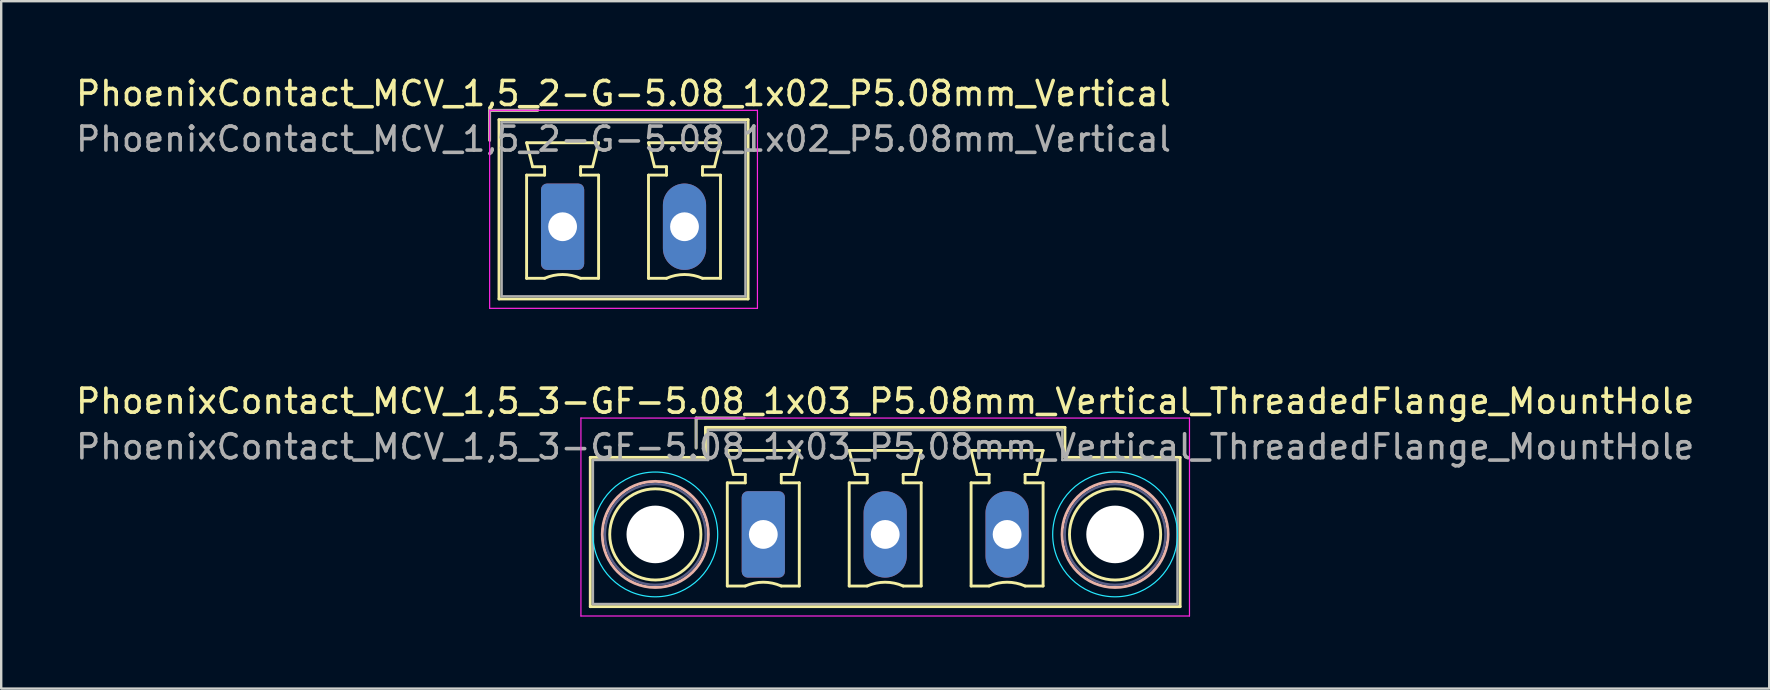
<source format=kicad_pcb>
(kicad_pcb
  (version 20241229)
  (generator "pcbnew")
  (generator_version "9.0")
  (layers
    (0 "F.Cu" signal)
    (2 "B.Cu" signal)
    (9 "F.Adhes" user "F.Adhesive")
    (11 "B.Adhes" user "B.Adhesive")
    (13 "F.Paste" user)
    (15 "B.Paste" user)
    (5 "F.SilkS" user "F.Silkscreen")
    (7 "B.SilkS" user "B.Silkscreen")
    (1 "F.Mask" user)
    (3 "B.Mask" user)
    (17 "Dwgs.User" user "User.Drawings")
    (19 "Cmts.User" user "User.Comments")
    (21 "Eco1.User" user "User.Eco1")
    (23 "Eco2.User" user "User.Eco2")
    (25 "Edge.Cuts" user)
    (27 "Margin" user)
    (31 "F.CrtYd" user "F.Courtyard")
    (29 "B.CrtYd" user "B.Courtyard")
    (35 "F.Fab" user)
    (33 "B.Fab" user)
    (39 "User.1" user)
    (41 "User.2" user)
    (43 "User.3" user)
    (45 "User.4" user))
  (footprint "PhoenixContact_MCV_1,5_2-G-5.08_1x02_P5.08mm_Vertical"
    (layer "F.Cu")
    (at 20.395 6.398)
    (property "Reference" "PhoenixContact_MCV_1,5_2-G-5.08_1x02_P5.08mm_Vertical" (at 2.54 -5.55 0) (layer "F.SilkS") (effects (font (size 1 1) (thickness 0.15))))
    (attr through_hole)
    (fp_line (start -3.04 -4.85) (end -1.04 -4.85) (stroke (width 0.12) (type solid)) (layer "F.SilkS"))
    (fp_line (start -3.04 -3.6) (end -3.04 -4.85) (stroke (width 0.12) (type solid)) (layer "F.SilkS"))
    (fp_line (start -2.65 -4.46) (end -2.65 3.01) (stroke (width 0.12) (type solid)) (layer "F.SilkS"))
    (fp_line (start -2.65 3.01) (end 7.73 3.01) (stroke (width 0.12) (type solid)) (layer "F.SilkS"))
    (fp_line (start -1.5 -3.5) (end 1.5 -3.5) (stroke (width 0.12) (type solid)) (layer "F.SilkS"))
    (fp_line (start -1.5 -2.15) (end -0.75 -2.15) (stroke (width 0.12) (type solid)) (layer "F.SilkS"))
    (fp_line (start -1.5 2.15) (end -1.5 -2.15) (stroke (width 0.12) (type solid)) (layer "F.SilkS"))
    (fp_line (start -1.25 -2.5) (end -1.5 -3.5) (stroke (width 0.12) (type solid)) (layer "F.SilkS"))
    (fp_line (start -0.75 -2.5) (end -1.25 -2.5) (stroke (width 0.12) (type solid)) (layer "F.SilkS"))
    (fp_line (start -0.75 -2.15) (end -0.75 -2.5) (stroke (width 0.12) (type solid)) (layer "F.SilkS"))
    (fp_line (start -0.75 2.15) (end -1.5 2.15) (stroke (width 0.12) (type solid)) (layer "F.SilkS"))
    (fp_line (start 0.75 -2.5) (end 0.75 -2.15) (stroke (width 0.12) (type solid)) (layer "F.SilkS"))
    (fp_line (start 0.75 -2.15) (end 1.5 -2.15) (stroke (width 0.12) (type solid)) (layer "F.SilkS"))
    (fp_line (start 1.25 -2.5) (end 0.75 -2.5) (stroke (width 0.12) (type solid)) (layer "F.SilkS"))
    (fp_line (start 1.5 -3.5) (end 1.25 -2.5) (stroke (width 0.12) (type solid)) (layer "F.SilkS"))
    (fp_line (start 1.5 -2.15) (end 1.5 2.15) (stroke (width 0.12) (type solid)) (layer "F.SilkS"))
    (fp_line (start 1.5 2.15) (end 0.75 2.15) (stroke (width 0.12) (type solid)) (layer "F.SilkS"))
    (fp_line (start 3.58 -3.5) (end 6.58 -3.5) (stroke (width 0.12) (type solid)) (layer "F.SilkS"))
    (fp_line (start 3.58 -2.15) (end 4.33 -2.15) (stroke (width 0.12) (type solid)) (layer "F.SilkS"))
    (fp_line (start 3.58 2.15) (end 3.58 -2.15) (stroke (width 0.12) (type solid)) (layer "F.SilkS"))
    (fp_line (start 3.83 -2.5) (end 3.58 -3.5) (stroke (width 0.12) (type solid)) (layer "F.SilkS"))
    (fp_line (start 4.33 -2.5) (end 3.83 -2.5) (stroke (width 0.12) (type solid)) (layer "F.SilkS"))
    (fp_line (start 4.33 -2.15) (end 4.33 -2.5) (stroke (width 0.12) (type solid)) (layer "F.SilkS"))
    (fp_line (start 4.33 2.15) (end 3.58 2.15) (stroke (width 0.12) (type solid)) (layer "F.SilkS"))
    (fp_line (start 5.83 -2.5) (end 5.83 -2.15) (stroke (width 0.12) (type solid)) (layer "F.SilkS"))
    (fp_line (start 5.83 -2.15) (end 6.58 -2.15) (stroke (width 0.12) (type solid)) (layer "F.SilkS"))
    (fp_line (start 6.33 -2.5) (end 5.83 -2.5) (stroke (width 0.12) (type solid)) (layer "F.SilkS"))
    (fp_line (start 6.58 -3.5) (end 6.33 -2.5) (stroke (width 0.12) (type solid)) (layer "F.SilkS"))
    (fp_line (start 6.58 -2.15) (end 6.58 2.15) (stroke (width 0.12) (type solid)) (layer "F.SilkS"))
    (fp_line (start 6.58 2.15) (end 5.83 2.15) (stroke (width 0.12) (type solid)) (layer "F.SilkS"))
    (fp_line (start 7.73 -4.46) (end -2.65 -4.46) (stroke (width 0.12) (type solid)) (layer "F.SilkS"))
    (fp_line (start 7.73 3.01) (end 7.73 -4.46) (stroke (width 0.12) (type solid)) (layer "F.SilkS"))
    (fp_arc (start -0.75 2.15) (mid -0.000193 1.99191) (end 0.749647 2.149844) (stroke (width 0.12) (type solid)) (layer "F.SilkS"))
    (fp_arc (start 4.33 2.15) (mid 5.079807 1.99191) (end 5.829647 2.149844) (stroke (width 0.12) (type solid)) (layer "F.SilkS"))
    (fp_line (start -3.04 -4.85) (end -3.04 3.4) (stroke (width 0.05) (type solid)) (layer "F.CrtYd"))
    (fp_line (start -3.04 3.4) (end 8.12 3.4) (stroke (width 0.05) (type solid)) (layer "F.CrtYd"))
    (fp_line (start 8.12 -4.85) (end -3.04 -4.85) (stroke (width 0.05) (type solid)) (layer "F.CrtYd"))
    (fp_line (start 8.12 3.4) (end 8.12 -4.85) (stroke (width 0.05) (type solid)) (layer "F.CrtYd"))
    (fp_line (start -3.04 -4.85) (end -1.04 -4.85) (stroke (width 0.1) (type solid)) (layer "F.Fab"))
    (fp_line (start -3.04 -3.6) (end -3.04 -4.85) (stroke (width 0.1) (type solid)) (layer "F.Fab"))
    (fp_line (start -2.54 -4.35) (end -2.54 2.9) (stroke (width 0.1) (type solid)) (layer "F.Fab"))
    (fp_line (start -2.54 2.9) (end 7.62 2.9) (stroke (width 0.1) (type solid)) (layer "F.Fab"))
    (fp_line (start 7.62 -4.35) (end -2.54 -4.35) (stroke (width 0.1) (type solid)) (layer "F.Fab"))
    (fp_line (start 7.62 2.9) (end 7.62 -4.35) (stroke (width 0.1) (type solid)) (layer "F.Fab"))
    (fp_text user "${REFERENCE}" (at 2.54 -3.65 0) (layer "F.Fab") (effects (font (size 1 1) (thickness 0.15))))
    (pad "1" thru_hole roundrect (at 0 0) (size 1.8 3.6) (drill 1.2) (layers "*.Cu" "*.Mask") (roundrect_rratio 0.139))
    (pad "2" thru_hole oval (at 5.08 0) (size 1.8 3.6) (drill 1.2) (layers "*.Cu" "*.Mask")))
  (footprint "PhoenixContact_MCV_1,5_3-GF-5.08_1x03_P5.08mm_Vertical_ThreadedFlange_MountHole"
    (layer "F.Cu")
    (at 28.759 19.221)
    (property "Reference" "PhoenixContact_MCV_1,5_3-GF-5.08_1x03_P5.08mm_Vertical_ThreadedFlange_MountHole" (at 5.08 -5.55 0) (layer "F.SilkS") (effects (font (size 1 1) (thickness 0.15))))
    (attr through_hole)
    (fp_line (start -7.21 -3.21) (end -7.21 3.01) (stroke (width 0.12) (type solid)) (layer "F.SilkS"))
    (fp_line (start -7.21 3.01) (end 17.37 3.01) (stroke (width 0.12) (type solid)) (layer "F.SilkS"))
    (fp_line (start -2.8 -4.85) (end -0.8 -4.85) (stroke (width 0.12) (type solid)) (layer "F.SilkS"))
    (fp_line (start -2.8 -3.6) (end -2.8 -4.85) (stroke (width 0.12) (type solid)) (layer "F.SilkS"))
    (fp_line (start -2.41 -4.46) (end -2.41 -3.21) (stroke (width 0.12) (type solid)) (layer "F.SilkS"))
    (fp_line (start -2.41 -3.21) (end -7.21 -3.21) (stroke (width 0.12) (type solid)) (layer "F.SilkS"))
    (fp_line (start -1.5 -3.5) (end 1.5 -3.5) (stroke (width 0.12) (type solid)) (layer "F.SilkS"))
    (fp_line (start -1.5 -2.15) (end -0.75 -2.15) (stroke (width 0.12) (type solid)) (layer "F.SilkS"))
    (fp_line (start -1.5 2.15) (end -1.5 -2.15) (stroke (width 0.12) (type solid)) (layer "F.SilkS"))
    (fp_line (start -1.25 -2.5) (end -1.5 -3.5) (stroke (width 0.12) (type solid)) (layer "F.SilkS"))
    (fp_line (start -0.75 -2.5) (end -1.25 -2.5) (stroke (width 0.12) (type solid)) (layer "F.SilkS"))
    (fp_line (start -0.75 -2.15) (end -0.75 -2.5) (stroke (width 0.12) (type solid)) (layer "F.SilkS"))
    (fp_line (start -0.75 2.15) (end -1.5 2.15) (stroke (width 0.12) (type solid)) (layer "F.SilkS"))
    (fp_line (start 0.75 -2.5) (end 0.75 -2.15) (stroke (width 0.12) (type solid)) (layer "F.SilkS"))
    (fp_line (start 0.75 -2.15) (end 1.5 -2.15) (stroke (width 0.12) (type solid)) (layer "F.SilkS"))
    (fp_line (start 1.25 -2.5) (end 0.75 -2.5) (stroke (width 0.12) (type solid)) (layer "F.SilkS"))
    (fp_line (start 1.5 -3.5) (end 1.25 -2.5) (stroke (width 0.12) (type solid)) (layer "F.SilkS"))
    (fp_line (start 1.5 -2.15) (end 1.5 2.15) (stroke (width 0.12) (type solid)) (layer "F.SilkS"))
    (fp_line (start 1.5 2.15) (end 0.75 2.15) (stroke (width 0.12) (type solid)) (layer "F.SilkS"))
    (fp_line (start 3.58 -3.5) (end 6.58 -3.5) (stroke (width 0.12) (type solid)) (layer "F.SilkS"))
    (fp_line (start 3.58 -2.15) (end 4.33 -2.15) (stroke (width 0.12) (type solid)) (layer "F.SilkS"))
    (fp_line (start 3.58 2.15) (end 3.58 -2.15) (stroke (width 0.12) (type solid)) (layer "F.SilkS"))
    (fp_line (start 3.83 -2.5) (end 3.58 -3.5) (stroke (width 0.12) (type solid)) (layer "F.SilkS"))
    (fp_line (start 4.33 -2.5) (end 3.83 -2.5) (stroke (width 0.12) (type solid)) (layer "F.SilkS"))
    (fp_line (start 4.33 -2.15) (end 4.33 -2.5) (stroke (width 0.12) (type solid)) (layer "F.SilkS"))
    (fp_line (start 4.33 2.15) (end 3.58 2.15) (stroke (width 0.12) (type solid)) (layer "F.SilkS"))
    (fp_line (start 5.83 -2.5) (end 5.83 -2.15) (stroke (width 0.12) (type solid)) (layer "F.SilkS"))
    (fp_line (start 5.83 -2.15) (end 6.58 -2.15) (stroke (width 0.12) (type solid)) (layer "F.SilkS"))
    (fp_line (start 6.33 -2.5) (end 5.83 -2.5) (stroke (width 0.12) (type solid)) (layer "F.SilkS"))
    (fp_line (start 6.58 -3.5) (end 6.33 -2.5) (stroke (width 0.12) (type solid)) (layer "F.SilkS"))
    (fp_line (start 6.58 -2.15) (end 6.58 2.15) (stroke (width 0.12) (type solid)) (layer "F.SilkS"))
    (fp_line (start 6.58 2.15) (end 5.83 2.15) (stroke (width 0.12) (type solid)) (layer "F.SilkS"))
    (fp_line (start 8.66 -3.5) (end 11.66 -3.5) (stroke (width 0.12) (type solid)) (layer "F.SilkS"))
    (fp_line (start 8.66 -2.15) (end 9.41 -2.15) (stroke (width 0.12) (type solid)) (layer "F.SilkS"))
    (fp_line (start 8.66 2.15) (end 8.66 -2.15) (stroke (width 0.12) (type solid)) (layer "F.SilkS"))
    (fp_line (start 8.91 -2.5) (end 8.66 -3.5) (stroke (width 0.12) (type solid)) (layer "F.SilkS"))
    (fp_line (start 9.41 -2.5) (end 8.91 -2.5) (stroke (width 0.12) (type solid)) (layer "F.SilkS"))
    (fp_line (start 9.41 -2.15) (end 9.41 -2.5) (stroke (width 0.12) (type solid)) (layer "F.SilkS"))
    (fp_line (start 9.41 2.15) (end 8.66 2.15) (stroke (width 0.12) (type solid)) (layer "F.SilkS"))
    (fp_line (start 10.91 -2.5) (end 10.91 -2.15) (stroke (width 0.12) (type solid)) (layer "F.SilkS"))
    (fp_line (start 10.91 -2.15) (end 11.66 -2.15) (stroke (width 0.12) (type solid)) (layer "F.SilkS"))
    (fp_line (start 11.41 -2.5) (end 10.91 -2.5) (stroke (width 0.12) (type solid)) (layer "F.SilkS"))
    (fp_line (start 11.66 -3.5) (end 11.41 -2.5) (stroke (width 0.12) (type solid)) (layer "F.SilkS"))
    (fp_line (start 11.66 -2.15) (end 11.66 2.15) (stroke (width 0.12) (type solid)) (layer "F.SilkS"))
    (fp_line (start 11.66 2.15) (end 10.91 2.15) (stroke (width 0.12) (type solid)) (layer "F.SilkS"))
    (fp_line (start 12.57 -4.46) (end -2.41 -4.46) (stroke (width 0.12) (type solid)) (layer "F.SilkS"))
    (fp_line (start 12.57 -3.21) (end 12.57 -4.46) (stroke (width 0.12) (type solid)) (layer "F.SilkS"))
    (fp_line (start 17.37 -3.21) (end 12.57 -3.21) (stroke (width 0.12) (type solid)) (layer "F.SilkS"))
    (fp_line (start 17.37 3.01) (end 17.37 -3.21) (stroke (width 0.12) (type solid)) (layer "F.SilkS"))
    (fp_arc (start -0.75 2.15) (mid -0.000193 1.99191) (end 0.749647 2.149844) (stroke (width 0.12) (type solid)) (layer "F.SilkS"))
    (fp_arc (start 4.33 2.15) (mid 5.079807 1.99191) (end 5.829647 2.149844) (stroke (width 0.12) (type solid)) (layer "F.SilkS"))
    (fp_arc (start 9.41 2.15) (mid 10.159807 1.99191) (end 10.909647 2.149844) (stroke (width 0.12) (type solid)) (layer "F.SilkS"))
    (fp_circle (center -4.5 0) (end -2.6 0) (stroke (width 0.12) (type solid)) (fill no) (layer "F.SilkS"))
    (fp_circle (center 14.66 0) (end 16.56 0) (stroke (width 0.12) (type solid)) (fill no) (layer "F.SilkS"))
    (fp_circle (center -4.5 0) (end -2.29 0) (stroke (width 0.12) (type solid)) (fill no) (layer "B.SilkS"))
    (fp_circle (center 14.66 0) (end 16.87 0) (stroke (width 0.12) (type solid)) (fill no) (layer "B.SilkS"))
    (fp_circle (center -4.5 0) (end -1.9 0) (stroke (width 0.05) (type solid)) (fill no) (layer "B.CrtYd"))
    (fp_circle (center 14.66 0) (end 17.26 0) (stroke (width 0.05) (type solid)) (fill no) (layer "B.CrtYd"))
    (fp_line (start -7.6 -4.85) (end -7.6 3.4) (stroke (width 0.05) (type solid)) (layer "F.CrtYd"))
    (fp_line (start -7.6 3.4) (end 17.76 3.4) (stroke (width 0.05) (type solid)) (layer "F.CrtYd"))
    (fp_line (start 17.76 -4.85) (end -7.6 -4.85) (stroke (width 0.05) (type solid)) (layer "F.CrtYd"))
    (fp_line (start 17.76 3.4) (end 17.76 -4.85) (stroke (width 0.05) (type solid)) (layer "F.CrtYd"))
    (fp_circle (center -4.5 0) (end -2.4 0) (stroke (width 0.1) (type solid)) (fill no) (layer "B.Fab"))
    (fp_circle (center 14.66 0) (end 16.76 0) (stroke (width 0.1) (type solid)) (fill no) (layer "B.Fab"))
    (fp_line (start -7.1 -3.1) (end -7.1 2.9) (stroke (width 0.1) (type solid)) (layer "F.Fab"))
    (fp_line (start -7.1 2.9) (end 17.26 2.9) (stroke (width 0.1) (type solid)) (layer "F.Fab"))
    (fp_line (start -2.8 -4.85) (end -0.8 -4.85) (stroke (width 0.1) (type solid)) (layer "F.Fab"))
    (fp_line (start -2.8 -3.6) (end -2.8 -4.85) (stroke (width 0.1) (type solid)) (layer "F.Fab"))
    (fp_line (start -2.3 -4.35) (end -2.3 -3.1) (stroke (width 0.1) (type solid)) (layer "F.Fab"))
    (fp_line (start -2.3 -3.1) (end -7.1 -3.1) (stroke (width 0.1) (type solid)) (layer "F.Fab"))
    (fp_line (start 12.46 -4.35) (end -2.3 -4.35) (stroke (width 0.1) (type solid)) (layer "F.Fab"))
    (fp_line (start 12.46 -3.1) (end 12.46 -4.35) (stroke (width 0.1) (type solid)) (layer "F.Fab"))
    (fp_line (start 17.26 -3.1) (end 12.46 -3.1) (stroke (width 0.1) (type solid)) (layer "F.Fab"))
    (fp_line (start 17.26 2.9) (end 17.26 -3.1) (stroke (width 0.1) (type solid)) (layer "F.Fab"))
    (fp_text user "${REFERENCE}" (at 5.08 -3.65 0) (layer "F.Fab") (effects (font (size 1 1) (thickness 0.15))))
    (pad "" np_thru_hole circle (at -4.5 0) (size 2.4 2.4) (drill 2.4) (layers "*.Cu" "*.Mask"))
    (pad "" np_thru_hole circle (at 14.66 0) (size 2.4 2.4) (drill 2.4) (layers "*.Cu" "*.Mask"))
    (pad "1" thru_hole roundrect (at 0 0) (size 1.8 3.6) (drill 1.2) (layers "*.Cu" "*.Mask") (roundrect_rratio 0.139))
    (pad "2" thru_hole oval (at 5.08 0) (size 1.8 3.6) (drill 1.2) (layers "*.Cu" "*.Mask"))
    (pad "3" thru_hole oval (at 10.16 0) (size 1.8 3.6) (drill 1.2) (layers "*.Cu" "*.Mask")))
  (gr_rect
    (start -3 -3)
    (end 70.679 25.646)
    (stroke (width 0.1) (type default))
    (fill no)
    (layer "Edge.Cuts")))
</source>
